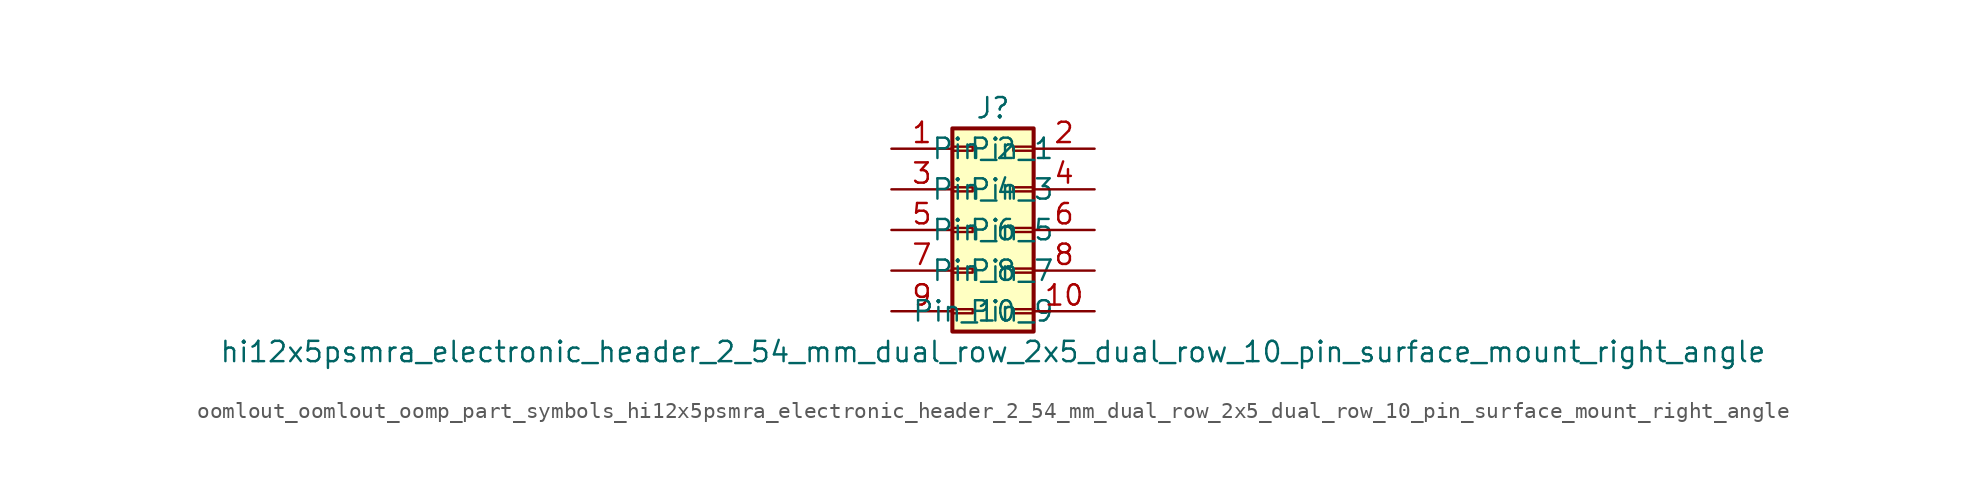
<source format=kicad_sym>
(kicad_symbol_lib
  (version 20220914)
  (generator kicad_symbol_editor)
  (symbol "oomlout_oomlout_oomp_part_symbols_hi12x5psmra_electronic_header_2_54_mm_dual_row_2x5_dual_row_10_pin_surface_mount_right_angle"
    (pin_names
      (offset 1.016))
    (property "Reference" "J"
      (at 1.27 7.62 0)
      (effects (font (size 1.27 1.27))))
    (property "Value" "hi12x5psmra_electronic_header_2_54_mm_dual_row_2x5_dual_row_10_pin_surface_mount_right_angle"
      (at 1.27 -7.62 0)
      (effects (font (size 1.27 1.27))))
    (symbol "oomlout_oomlout_oomp_part_symbols_hi12x5psmra_electronic_header_2_54_mm_dual_row_2x5_dual_row_10_pin_surface_mount_right_angle_1_1"
      (rectangle (start -1.27 -4.953) (end 0 -5.207) (stroke (width 0.152) (type default)) (fill (type none)))
      (rectangle (start -1.27 -2.413) (end 0 -2.667) (stroke (width 0.152) (type default)) (fill (type none)))
      (rectangle (start -1.27 0.127) (end 0 -0.127) (stroke (width 0.152) (type default)) (fill (type none)))
      (rectangle (start -1.27 2.667) (end 0 2.413) (stroke (width 0.152) (type default)) (fill (type none)))
      (rectangle (start -1.27 5.207) (end 0 4.953) (stroke (width 0.152) (type default)) (fill (type none)))
      (rectangle (start -1.27 6.35) (end 3.81 -6.35) (stroke (width 0.254) (type default)) (fill (type background)))
      (rectangle (start 3.81 -4.953) (end 2.54 -5.207) (stroke (width 0.152) (type default)) (fill (type none)))
      (rectangle (start 3.81 -2.413) (end 2.54 -2.667) (stroke (width 0.152) (type default)) (fill (type none)))
      (rectangle (start 3.81 0.127) (end 2.54 -0.127) (stroke (width 0.152) (type default)) (fill (type none)))
      (rectangle (start 3.81 2.667) (end 2.54 2.413) (stroke (width 0.152) (type default)) (fill (type none)))
      (rectangle (start 3.81 5.207) (end 2.54 4.953) (stroke (width 0.152) (type default)) (fill (type none)))
      (pin passive line (at -5.08 5.08 0) (length 3.81) (name "Pin_1" (effects (font (size 1.27 1.27)))) (number "1" (effects (font (size 1.27 1.27)))))
      (pin passive line (at 7.62 -5.08 180) (length 3.81) (name "Pin_10" (effects (font (size 1.27 1.27)))) (number "10" (effects (font (size 1.27 1.27)))))
      (pin passive line (at 7.62 5.08 180) (length 3.81) (name "Pin_2" (effects (font (size 1.27 1.27)))) (number "2" (effects (font (size 1.27 1.27)))))
      (pin passive line (at -5.08 2.54 0) (length 3.81) (name "Pin_3" (effects (font (size 1.27 1.27)))) (number "3" (effects (font (size 1.27 1.27)))))
      (pin passive line (at 7.62 2.54 180) (length 3.81) (name "Pin_4" (effects (font (size 1.27 1.27)))) (number "4" (effects (font (size 1.27 1.27)))))
      (pin passive line (at -5.08 0 0) (length 3.81) (name "Pin_5" (effects (font (size 1.27 1.27)))) (number "5" (effects (font (size 1.27 1.27)))))
      (pin passive line (at 7.62 0 180) (length 3.81) (name "Pin_6" (effects (font (size 1.27 1.27)))) (number "6" (effects (font (size 1.27 1.27)))))
      (pin passive line (at -5.08 -2.54 0) (length 3.81) (name "Pin_7" (effects (font (size 1.27 1.27)))) (number "7" (effects (font (size 1.27 1.27)))))
      (pin passive line (at 7.62 -2.54 180) (length 3.81) (name "Pin_8" (effects (font (size 1.27 1.27)))) (number "8" (effects (font (size 1.27 1.27)))))
      (pin passive line (at -5.08 -5.08 0) (length 3.81) (name "Pin_9" (effects (font (size 1.27 1.27)))) (number "9" (effects (font (size 1.27 1.27))))))))
</source>
